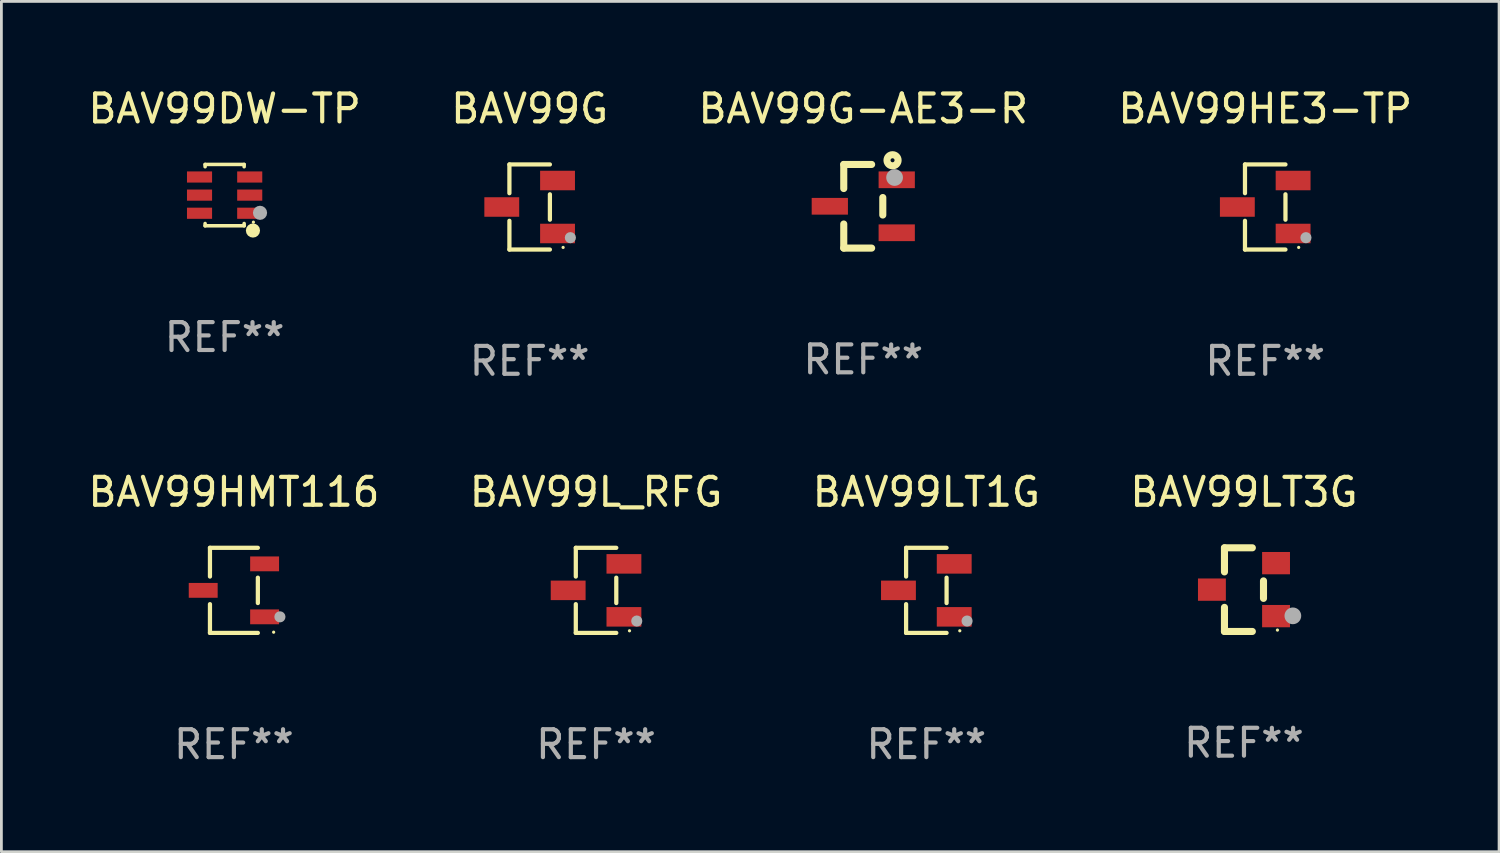
<source format=kicad_pcb>
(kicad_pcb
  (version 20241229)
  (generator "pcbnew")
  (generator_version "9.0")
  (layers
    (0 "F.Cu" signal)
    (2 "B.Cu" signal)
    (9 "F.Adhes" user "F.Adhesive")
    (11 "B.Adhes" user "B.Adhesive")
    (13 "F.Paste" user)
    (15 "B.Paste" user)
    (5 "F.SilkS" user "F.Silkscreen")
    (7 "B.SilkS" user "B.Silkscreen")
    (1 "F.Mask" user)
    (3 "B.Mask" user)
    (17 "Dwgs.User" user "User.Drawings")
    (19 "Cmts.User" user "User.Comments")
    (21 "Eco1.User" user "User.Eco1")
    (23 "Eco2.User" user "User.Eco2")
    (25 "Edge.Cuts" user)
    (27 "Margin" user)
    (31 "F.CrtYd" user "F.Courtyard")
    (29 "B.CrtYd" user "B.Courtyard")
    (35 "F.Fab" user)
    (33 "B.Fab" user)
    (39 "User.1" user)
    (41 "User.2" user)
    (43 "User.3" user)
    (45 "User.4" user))
  (footprint "BAV99LT3G"
    (layer "F.Cu")
    (at 41.565 18.097)
    (property "Reference" "BAV99LT3G" (at 0 -3.5 0) (layer "F.SilkS") (effects (font (size 1 1) (thickness 0.15))))
    (attr through_hole)
    (fp_line (start -0.7 -1.5) (end 0.3 -1.5) (stroke (width 0.254) (type solid)) (layer "F.SilkS"))
    (fp_line (start -0.7 -0.636) (end -0.7 -1.5) (stroke (width 0.254) (type solid)) (layer "F.SilkS"))
    (fp_line (start -0.7 1.5) (end -0.7 0.636) (stroke (width 0.254) (type solid)) (layer "F.SilkS"))
    (fp_line (start -0.7 1.5) (end 0.3 1.5) (stroke (width 0.254) (type solid)) (layer "F.SilkS"))
    (fp_line (start 0.7 0.314) (end 0.7 -0.314) (stroke (width 0.254) (type solid)) (layer "F.SilkS"))
    (fp_circle (center 1.2 1.45) (end 1.23 1.45) (stroke (width 0.06) (type solid)) (fill no) (layer "F.SilkS"))
    (fp_circle (center 1.753 0.94) (end 1.903 0.94) (stroke (width 0.3) (type solid)) (fill no) (layer "F.Fab"))
    (fp_text user "REF**" (at 0 5.5 0) (layer "F.Fab") (effects (font (size 1 1) (thickness 0.15))))
    (pad "1" smd rect (at 1.15 0.95 180) (size 1 0.8) (layers "F.Cu" "F.Mask" "F.Paste"))
    (pad "2" smd rect (at 1.15 -0.95 180) (size 1 0.8) (layers "F.Cu" "F.Mask" "F.Paste"))
    (pad "3" smd rect (at -1.15 -0.000051 180) (size 1 0.8) (layers "F.Cu" "F.Mask" "F.Paste")))
  (footprint "BAV99LT1G"
    (layer "F.Cu")
    (at 30.173 18.123)
    (property "Reference" "BAV99LT1G" (at 0 -3.526 0) (layer "F.SilkS") (effects (font (size 1 1) (thickness 0.15))))
    (attr through_hole)
    (fp_line (start -0.726 -1.526) (end -0.726 -0.495) (stroke (width 0.152) (type solid)) (layer "F.SilkS"))
    (fp_line (start -0.726 1.526) (end -0.726 0.495) (stroke (width 0.152) (type solid)) (layer "F.SilkS"))
    (fp_line (start 0.726 -1.526) (end -0.726 -1.526) (stroke (width 0.152) (type solid)) (layer "F.SilkS"))
    (fp_line (start 0.726 -0.455) (end 0.726 0.455) (stroke (width 0.152) (type solid)) (layer "F.SilkS"))
    (fp_line (start 0.726 1.526) (end -0.726 1.526) (stroke (width 0.152) (type solid)) (layer "F.SilkS"))
    (fp_circle (center 1.2 1.45) (end 1.23 1.45) (stroke (width 0.06) (type solid)) (fill no) (layer "F.SilkS"))
    (fp_circle (center 1.46 1.1) (end 1.56 1.1) (stroke (width 0.2) (type solid)) (fill no) (layer "F.Fab"))
    (fp_text user "REF**" (at 0 5.526 0) (layer "F.Fab") (effects (font (size 1 1) (thickness 0.15))))
    (pad "1" smd rect (at 1 0.95) (size 1.25 0.7) (layers "F.Cu" "F.Mask" "F.Paste"))
    (pad "2" smd rect (at 1 -0.95) (size 1.25 0.7) (layers "F.Cu" "F.Mask" "F.Paste"))
    (pad "3" smd rect (at -1 0) (size 1.25 0.7) (layers "F.Cu" "F.Mask" "F.Paste")))
  (footprint "BAV99DW-TP"
    (layer "F.Cu")
    (at 5.006 3.948)
    (property "Reference" "BAV99DW-TP" (at 0 -3.1 0) (layer "F.SilkS") (effects (font (size 1 1) (thickness 0.15))))
    (attr through_hole)
    (fp_line (start -0.7 -1.018) (end -0.7 -1.1) (stroke (width 0.127) (type solid)) (layer "F.SilkS"))
    (fp_line (start -0.7 1.1) (end -0.7 1.018) (stroke (width 0.127) (type solid)) (layer "F.SilkS"))
    (fp_line (start 0.7 -1.1) (end -0.7 -1.1) (stroke (width 0.127) (type solid)) (layer "F.SilkS"))
    (fp_line (start 0.7 -1.018) (end 0.7 -1.1) (stroke (width 0.127) (type solid)) (layer "F.SilkS"))
    (fp_line (start 0.7 1.1) (end -0.7 1.1) (stroke (width 0.127) (type solid)) (layer "F.SilkS"))
    (fp_line (start 0.7 1.1) (end 0.7 1.018) (stroke (width 0.127) (type solid)) (layer "F.SilkS"))
    (fp_circle (center 1.016 1.27) (end 1.143 1.27) (stroke (width 0.254) (type solid)) (fill no) (layer "F.SilkS"))
    (fp_circle (center 1.032 0.97) (end 1.062 0.97) (stroke (width 0.06) (type solid)) (fill no) (layer "F.SilkS"))
    (fp_circle (center 1.27 0.635) (end 1.397 0.635) (stroke (width 0.254) (type solid)) (fill no) (layer "F.Fab"))
    (fp_text user "REF**" (at 0 5.1 0) (layer "F.Fab") (effects (font (size 1 1) (thickness 0.15))))
    (pad "1" smd rect (at 0.9 0.65 90) (size 0.4 0.9) (layers "F.Cu" "F.Mask" "F.Paste"))
    (pad "2" smd rect (at 0.9 -0.000102 90) (size 0.4 0.9) (layers "F.Cu" "F.Mask" "F.Paste"))
    (pad "3" smd rect (at 0.9 -0.65 90) (size 0.4 0.9) (layers "F.Cu" "F.Mask" "F.Paste"))
    (pad "4" smd rect (at -0.9 -0.65 90) (size 0.4 0.9) (layers "F.Cu" "F.Mask" "F.Paste"))
    (pad "5" smd rect (at -0.9 -0.000102 90) (size 0.4 0.9) (layers "F.Cu" "F.Mask" "F.Paste"))
    (pad "6" smd rect (at -0.9 0.65 90) (size 0.4 0.9) (layers "F.Cu" "F.Mask" "F.Paste")))
  (footprint "BAV99G-AE3-R"
    (layer "F.Cu")
    (at 27.911 4.348)
    (property "Reference" "BAV99G-AE3-R" (at 0 -3.5 0) (layer "F.SilkS") (effects (font (size 1 1) (thickness 0.15))))
    (attr through_hole)
    (fp_line (start -0.7 -1.5) (end 0.3 -1.5) (stroke (width 0.254) (type solid)) (layer "F.SilkS"))
    (fp_line (start -0.7 -0.636) (end -0.7 -1.5) (stroke (width 0.254) (type solid)) (layer "F.SilkS"))
    (fp_line (start -0.7 1.5) (end -0.7 0.636) (stroke (width 0.254) (type solid)) (layer "F.SilkS"))
    (fp_line (start -0.7 1.5) (end 0.3 1.5) (stroke (width 0.254) (type solid)) (layer "F.SilkS"))
    (fp_line (start 0.7 0.314) (end 0.7 -0.314) (stroke (width 0.254) (type solid)) (layer "F.SilkS"))
    (fp_circle (center 1.05 -1.65) (end 1.122 -1.65) (stroke (width 0.254) (type solid)) (fill no) (layer "F.SilkS"))
    (fp_circle (center 1.2 -1.45) (end 1.23 -1.45) (stroke (width 0.06) (type solid)) (fill no) (layer "F.SilkS"))
    (fp_circle (center 1.123 -1.032) (end 1.273 -1.032) (stroke (width 0.3) (type solid)) (fill no) (layer "F.Fab"))
    (fp_text user "REF**" (at 0 5.5 0) (layer "F.Fab") (effects (font (size 1 1) (thickness 0.15))))
    (pad "1" smd rect (at 1.2 -0.95 180) (size 1.3 0.6) (layers "F.Cu" "F.Mask" "F.Paste"))
    (pad "2" smd rect (at 1.2 0.95 180) (size 1.3 0.6) (layers "F.Cu" "F.Mask" "F.Paste"))
    (pad "3" smd rect (at -1.2 -0.000051 180) (size 1.3 0.6) (layers "F.Cu" "F.Mask" "F.Paste")))
  (footprint "BAV99HMT116"
    (layer "F.Cu")
    (at 5.339 18.123)
    (property "Reference" "BAV99HMT116" (at 0 -3.526 0) (layer "F.SilkS") (effects (font (size 1 1) (thickness 0.15))))
    (attr through_hole)
    (fp_line (start -0.859 -1.526) (end -0.859 -0.495) (stroke (width 0.152) (type solid)) (layer "F.SilkS"))
    (fp_line (start -0.859 1.526) (end -0.859 0.495) (stroke (width 0.152) (type solid)) (layer "F.SilkS"))
    (fp_line (start 0.859 -1.526) (end -0.859 -1.526) (stroke (width 0.152) (type solid)) (layer "F.SilkS"))
    (fp_line (start 0.859 -0.455) (end 0.859 0.455) (stroke (width 0.152) (type solid)) (layer "F.SilkS"))
    (fp_line (start 0.859 1.526) (end -0.859 1.526) (stroke (width 0.152) (type solid)) (layer "F.SilkS"))
    (fp_circle (center 1.425 1.5) (end 1.455 1.5) (stroke (width 0.06) (type solid)) (fill no) (layer "F.SilkS"))
    (fp_circle (center 1.65 0.95) (end 1.75 0.95) (stroke (width 0.2) (type solid)) (fill no) (layer "F.Fab"))
    (fp_text user "REF**" (at 0 5.526 0) (layer "F.Fab") (effects (font (size 1 1) (thickness 0.15))))
    (pad "1" smd rect (at 1.101 0.95) (size 1.037 0.532) (layers "F.Cu" "F.Mask" "F.Paste"))
    (pad "2" smd rect (at 1.101 -0.95) (size 1.037 0.532) (layers "F.Cu" "F.Mask" "F.Paste"))
    (pad "3" smd rect (at -1.101 0) (size 1.037 0.532) (layers "F.Cu" "F.Mask" "F.Paste")))
  (footprint "BAV99L_RFG"
    (layer "F.Cu")
    (at 18.327 18.123)
    (property "Reference" "BAV99L_RFG" (at 0 -3.526 0) (layer "F.SilkS") (effects (font (size 1 1) (thickness 0.15))))
    (attr through_hole)
    (fp_line (start -0.726 -1.526) (end -0.726 -0.495) (stroke (width 0.152) (type solid)) (layer "F.SilkS"))
    (fp_line (start -0.726 1.526) (end -0.726 0.495) (stroke (width 0.152) (type solid)) (layer "F.SilkS"))
    (fp_line (start 0.726 -1.526) (end -0.726 -1.526) (stroke (width 0.152) (type solid)) (layer "F.SilkS"))
    (fp_line (start 0.726 -0.455) (end 0.726 0.455) (stroke (width 0.152) (type solid)) (layer "F.SilkS"))
    (fp_line (start 0.726 1.526) (end -0.726 1.526) (stroke (width 0.152) (type solid)) (layer "F.SilkS"))
    (fp_circle (center 1.2 1.45) (end 1.23 1.45) (stroke (width 0.06) (type solid)) (fill no) (layer "F.SilkS"))
    (fp_circle (center 1.46 1.1) (end 1.56 1.1) (stroke (width 0.2) (type solid)) (fill no) (layer "F.Fab"))
    (fp_text user "REF**" (at 0 5.526 0) (layer "F.Fab") (effects (font (size 1 1) (thickness 0.15))))
    (pad "1" smd rect (at 1 0.95) (size 1.25 0.7) (layers "F.Cu" "F.Mask" "F.Paste"))
    (pad "2" smd rect (at 1 -0.95) (size 1.25 0.7) (layers "F.Cu" "F.Mask" "F.Paste"))
    (pad "3" smd rect (at -1 0) (size 1.25 0.7) (layers "F.Cu" "F.Mask" "F.Paste")))
  (footprint "BAV99HE3-TP"
    (layer "F.Cu")
    (at 42.327 4.374)
    (property "Reference" "BAV99HE3-TP" (at 0 -3.526 0) (layer "F.SilkS") (effects (font (size 1 1) (thickness 0.15))))
    (attr through_hole)
    (fp_line (start -0.726 -1.526) (end -0.726 -0.495) (stroke (width 0.152) (type solid)) (layer "F.SilkS"))
    (fp_line (start -0.726 1.526) (end -0.726 0.495) (stroke (width 0.152) (type solid)) (layer "F.SilkS"))
    (fp_line (start 0.726 -1.526) (end -0.726 -1.526) (stroke (width 0.152) (type solid)) (layer "F.SilkS"))
    (fp_line (start 0.726 -0.455) (end 0.726 0.455) (stroke (width 0.152) (type solid)) (layer "F.SilkS"))
    (fp_line (start 0.726 1.526) (end -0.726 1.526) (stroke (width 0.152) (type solid)) (layer "F.SilkS"))
    (fp_circle (center 1.2 1.45) (end 1.23 1.45) (stroke (width 0.06) (type solid)) (fill no) (layer "F.SilkS"))
    (fp_circle (center 1.46 1.1) (end 1.56 1.1) (stroke (width 0.2) (type solid)) (fill no) (layer "F.Fab"))
    (fp_text user "REF**" (at 0 5.526 0) (layer "F.Fab") (effects (font (size 1 1) (thickness 0.15))))
    (pad "1" smd rect (at 1 0.95) (size 1.25 0.7) (layers "F.Cu" "F.Mask" "F.Paste"))
    (pad "2" smd rect (at 1 -0.95) (size 1.25 0.7) (layers "F.Cu" "F.Mask" "F.Paste"))
    (pad "3" smd rect (at -1 0) (size 1.25 0.7) (layers "F.Cu" "F.Mask" "F.Paste")))
  (footprint "BAV99G"
    (layer "F.Cu")
    (at 15.946 4.374)
    (property "Reference" "BAV99G" (at 0 -3.526 0) (layer "F.SilkS") (effects (font (size 1 1) (thickness 0.15))))
    (attr through_hole)
    (fp_line (start -0.726 -1.526) (end -0.726 -0.495) (stroke (width 0.152) (type solid)) (layer "F.SilkS"))
    (fp_line (start -0.726 1.526) (end -0.726 0.495) (stroke (width 0.152) (type solid)) (layer "F.SilkS"))
    (fp_line (start 0.726 -1.526) (end -0.726 -1.526) (stroke (width 0.152) (type solid)) (layer "F.SilkS"))
    (fp_line (start 0.726 -0.455) (end 0.726 0.455) (stroke (width 0.152) (type solid)) (layer "F.SilkS"))
    (fp_line (start 0.726 1.526) (end -0.726 1.526) (stroke (width 0.152) (type solid)) (layer "F.SilkS"))
    (fp_circle (center 1.2 1.45) (end 1.23 1.45) (stroke (width 0.06) (type solid)) (fill no) (layer "F.SilkS"))
    (fp_circle (center 1.46 1.1) (end 1.56 1.1) (stroke (width 0.2) (type solid)) (fill no) (layer "F.Fab"))
    (fp_text user "REF**" (at 0 5.526 0) (layer "F.Fab") (effects (font (size 1 1) (thickness 0.15))))
    (pad "1" smd rect (at 1 0.95) (size 1.25 0.7) (layers "F.Cu" "F.Mask" "F.Paste"))
    (pad "2" smd rect (at 1 -0.95) (size 1.25 0.7) (layers "F.Cu" "F.Mask" "F.Paste"))
    (pad "3" smd rect (at -1 0) (size 1.25 0.7) (layers "F.Cu" "F.Mask" "F.Paste")))
  (gr_rect
    (start -3 -3)
    (end 50.714 27.498)
    (stroke (width 0.1) (type default))
    (fill no)
    (layer "Edge.Cuts")))
</source>
